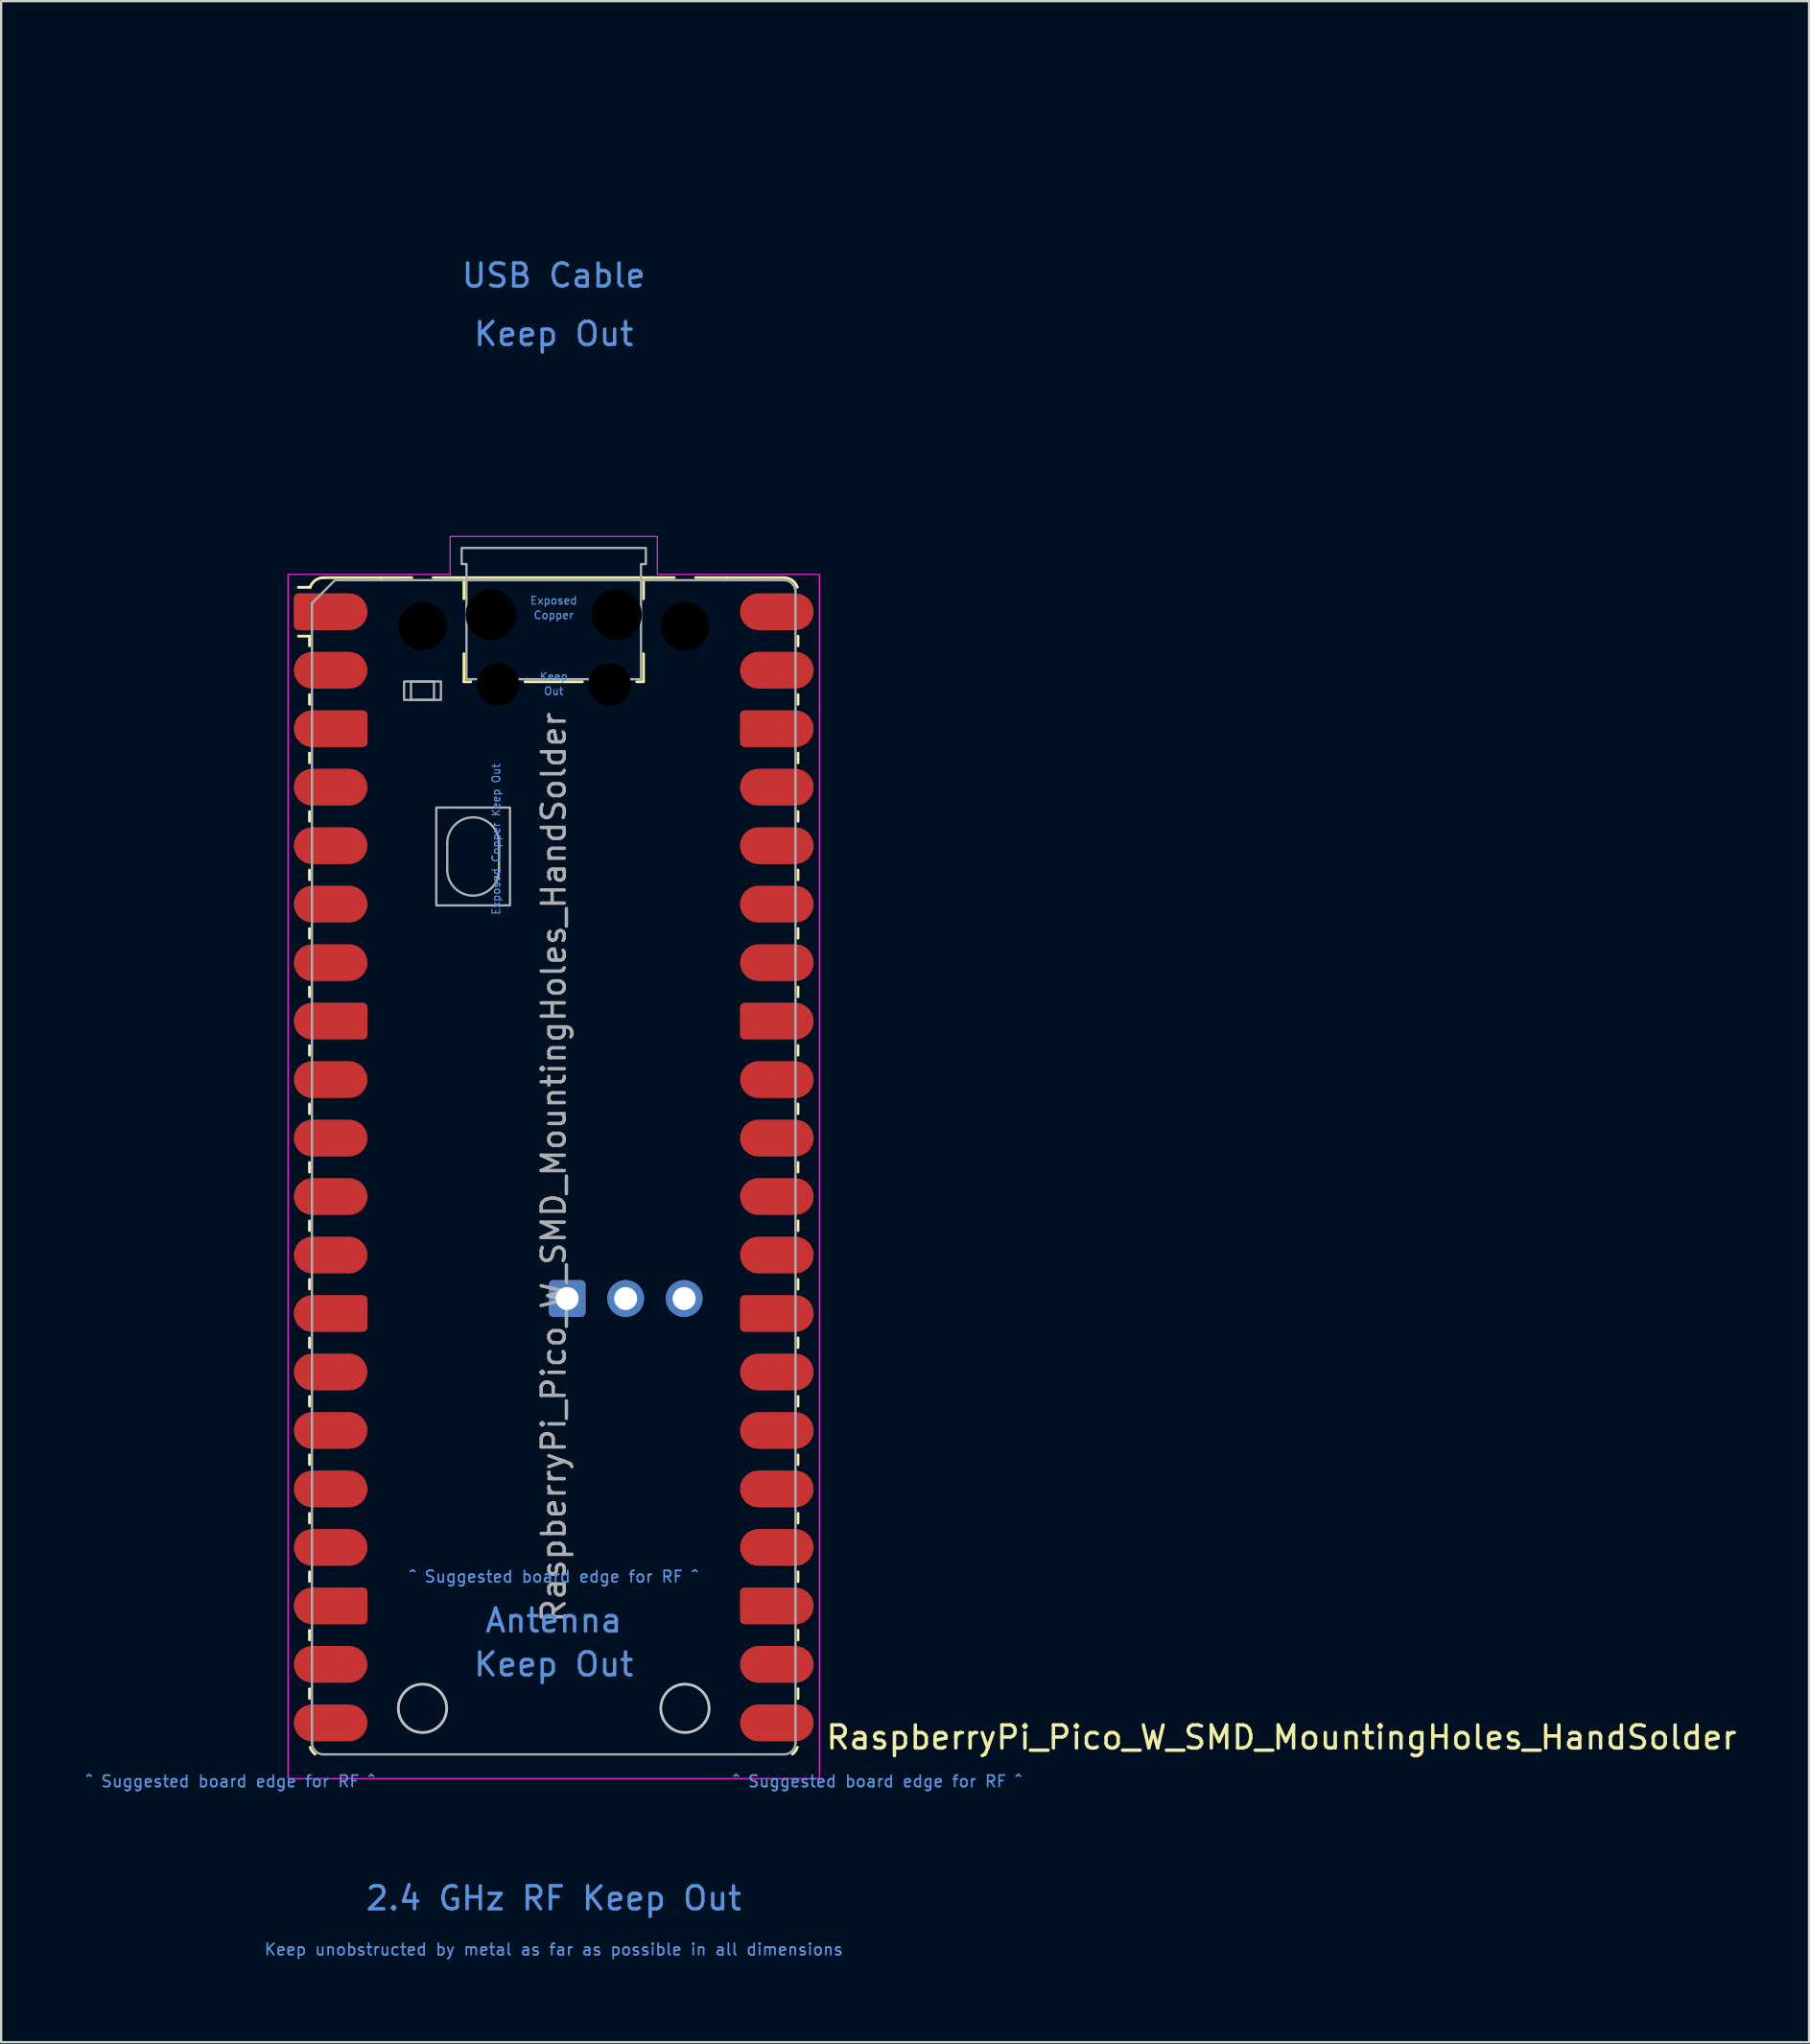
<source format=kicad_pcb>
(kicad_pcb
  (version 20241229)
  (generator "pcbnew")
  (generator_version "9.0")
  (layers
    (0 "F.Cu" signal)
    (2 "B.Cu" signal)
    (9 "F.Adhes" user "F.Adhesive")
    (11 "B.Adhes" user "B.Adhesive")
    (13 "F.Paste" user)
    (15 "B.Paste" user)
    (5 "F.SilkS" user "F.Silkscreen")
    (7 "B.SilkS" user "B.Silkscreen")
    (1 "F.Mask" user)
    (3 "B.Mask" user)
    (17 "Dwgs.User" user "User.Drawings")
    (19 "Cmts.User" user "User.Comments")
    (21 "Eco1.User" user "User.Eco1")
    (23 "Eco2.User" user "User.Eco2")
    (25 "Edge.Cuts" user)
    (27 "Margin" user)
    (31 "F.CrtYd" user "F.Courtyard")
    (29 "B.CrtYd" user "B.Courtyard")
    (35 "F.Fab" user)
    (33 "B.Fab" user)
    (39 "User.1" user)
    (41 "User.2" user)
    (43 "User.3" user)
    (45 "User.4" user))
  (footprint "RaspberryPi_Pico_W_SMD_MountingHoles_HandSolder"
    (layer "F.Cu")
    (at 21 47.65)
    (property "Reference" "RaspberryPi_Pico_W_SMD_MountingHoles_HandSolder" (at 11.748 24.765 0) (unlocked yes) (layer "F.SilkS") (effects (font (size 1 1) (thickness 0.15)) (justify left)))
    (attr smd)
    (fp_line (start -10.61 -23.07) (end -11.09 -23.07) (stroke (width 0.12) (type solid)) (layer "F.SilkS"))
    (fp_line (start -10.61 -23.07) (end -10.61 -22.65) (stroke (width 0.12) (type solid)) (layer "F.SilkS"))
    (fp_line (start -10.61 -20.53) (end -10.61 -20.11) (stroke (width 0.12) (type solid)) (layer "F.SilkS"))
    (fp_line (start -10.61 -17.99) (end -10.61 -17.57) (stroke (width 0.12) (type solid)) (layer "F.SilkS"))
    (fp_line (start -10.61 -15.45) (end -10.61 -15.03) (stroke (width 0.12) (type solid)) (layer "F.SilkS"))
    (fp_line (start -10.61 -12.91) (end -10.61 -12.49) (stroke (width 0.12) (type solid)) (layer "F.SilkS"))
    (fp_line (start -10.61 -10.37) (end -10.61 -9.95) (stroke (width 0.12) (type solid)) (layer "F.SilkS"))
    (fp_line (start -10.61 -7.83) (end -10.61 -7.41) (stroke (width 0.12) (type solid)) (layer "F.SilkS"))
    (fp_line (start -10.61 -5.29) (end -10.61 -4.87) (stroke (width 0.12) (type solid)) (layer "F.SilkS"))
    (fp_line (start -10.61 -2.75) (end -10.61 -2.33) (stroke (width 0.12) (type solid)) (layer "F.SilkS"))
    (fp_line (start -10.61 -0.21) (end -10.61 0.21) (stroke (width 0.12) (type solid)) (layer "F.SilkS"))
    (fp_line (start -10.61 2.33) (end -10.61 2.75) (stroke (width 0.12) (type solid)) (layer "F.SilkS"))
    (fp_line (start -10.61 4.87) (end -10.61 5.29) (stroke (width 0.12) (type solid)) (layer "F.SilkS"))
    (fp_line (start -10.61 7.41) (end -10.61 7.83) (stroke (width 0.12) (type solid)) (layer "F.SilkS"))
    (fp_line (start -10.61 9.95) (end -10.61 10.37) (stroke (width 0.12) (type solid)) (layer "F.SilkS"))
    (fp_line (start -10.61 12.49) (end -10.61 12.91) (stroke (width 0.12) (type solid)) (layer "F.SilkS"))
    (fp_line (start -10.61 15.03) (end -10.61 15.45) (stroke (width 0.12) (type solid)) (layer "F.SilkS"))
    (fp_line (start -10.61 17.57) (end -10.61 17.99) (stroke (width 0.12) (type solid)) (layer "F.SilkS"))
    (fp_line (start -10.61 20.11) (end -10.61 20.53) (stroke (width 0.12) (type solid)) (layer "F.SilkS"))
    (fp_line (start -10.61 22.65) (end -10.61 23.07) (stroke (width 0.12) (type solid)) (layer "F.SilkS"))
    (fp_line (start -10.58 -25.19) (end -11.09 -25.19) (stroke (width 0.12) (type solid)) (layer "F.SilkS"))
    (fp_line (start -10 -25.61) (end -7.51 -25.61) (stroke (width 0.12) (type solid)) (layer "F.SilkS"))
    (fp_line (start -7.51 -25.61) (end -6.162 -25.61) (stroke (width 0.12) (type solid)) (layer "F.SilkS"))
    (fp_line (start -5.238 -25.61) (end -4.235 -25.61) (stroke (width 0.12) (type solid)) (layer "F.SilkS"))
    (fp_line (start -4.235 -25.61) (end 4.235 -25.61) (stroke (width 0.12) (type solid)) (layer "F.SilkS"))
    (fp_line (start -3.9 -25.61) (end -3.9 -24.694) (stroke (width 0.12) (type solid)) (layer "F.SilkS"))
    (fp_line (start -3.9 -22.306) (end -3.9 -21.09) (stroke (width 0.12) (type solid)) (layer "F.SilkS"))
    (fp_line (start -3.9 -21.09) (end -3.604 -21.09) (stroke (width 0.12) (type solid)) (layer "F.SilkS"))
    (fp_line (start -1.246 -21.09) (end 1.246 -21.09) (stroke (width 0.12) (type solid)) (layer "F.SilkS"))
    (fp_line (start 3.604 -21.09) (end 3.9 -21.09) (stroke (width 0.12) (type solid)) (layer "F.SilkS"))
    (fp_line (start 3.9 -25.61) (end 3.9 -24.694) (stroke (width 0.12) (type solid)) (layer "F.SilkS"))
    (fp_line (start 3.9 -22.306) (end 3.9 -21.09) (stroke (width 0.12) (type solid)) (layer "F.SilkS"))
    (fp_line (start 4.235 -25.61) (end 5.238 -25.61) (stroke (width 0.12) (type solid)) (layer "F.SilkS"))
    (fp_line (start 6.162 -25.61) (end 7.51 -25.61) (stroke (width 0.12) (type solid)) (layer "F.SilkS"))
    (fp_line (start 10 -25.61) (end 7.51 -25.61) (stroke (width 0.12) (type solid)) (layer "F.SilkS"))
    (fp_line (start 10.61 -23.07) (end 10.61 -22.65) (stroke (width 0.12) (type solid)) (layer "F.SilkS"))
    (fp_line (start 10.61 -20.53) (end 10.61 -20.11) (stroke (width 0.12) (type solid)) (layer "F.SilkS"))
    (fp_line (start 10.61 -17.99) (end 10.61 -17.57) (stroke (width 0.12) (type solid)) (layer "F.SilkS"))
    (fp_line (start 10.61 -15.45) (end 10.61 -15.03) (stroke (width 0.12) (type solid)) (layer "F.SilkS"))
    (fp_line (start 10.61 -12.91) (end 10.61 -12.49) (stroke (width 0.12) (type solid)) (layer "F.SilkS"))
    (fp_line (start 10.61 -10.37) (end 10.61 -9.95) (stroke (width 0.12) (type solid)) (layer "F.SilkS"))
    (fp_line (start 10.61 -7.83) (end 10.61 -7.41) (stroke (width 0.12) (type solid)) (layer "F.SilkS"))
    (fp_line (start 10.61 -5.29) (end 10.61 -4.87) (stroke (width 0.12) (type solid)) (layer "F.SilkS"))
    (fp_line (start 10.61 -2.75) (end 10.61 -2.33) (stroke (width 0.12) (type solid)) (layer "F.SilkS"))
    (fp_line (start 10.61 -0.21) (end 10.61 0.21) (stroke (width 0.12) (type solid)) (layer "F.SilkS"))
    (fp_line (start 10.61 2.33) (end 10.61 2.75) (stroke (width 0.12) (type solid)) (layer "F.SilkS"))
    (fp_line (start 10.61 4.87) (end 10.61 5.29) (stroke (width 0.12) (type solid)) (layer "F.SilkS"))
    (fp_line (start 10.61 7.41) (end 10.61 7.83) (stroke (width 0.12) (type solid)) (layer "F.SilkS"))
    (fp_line (start 10.61 9.95) (end 10.61 10.37) (stroke (width 0.12) (type solid)) (layer "F.SilkS"))
    (fp_line (start 10.61 12.49) (end 10.61 12.91) (stroke (width 0.12) (type solid)) (layer "F.SilkS"))
    (fp_line (start 10.61 15.03) (end 10.61 15.45) (stroke (width 0.12) (type solid)) (layer "F.SilkS"))
    (fp_line (start 10.61 17.57) (end 10.61 17.99) (stroke (width 0.12) (type solid)) (layer "F.SilkS"))
    (fp_line (start 10.61 20.11) (end 10.61 20.53) (stroke (width 0.12) (type solid)) (layer "F.SilkS"))
    (fp_line (start 10.61 22.65) (end 10.61 23.07) (stroke (width 0.12) (type solid)) (layer "F.SilkS"))
    (fp_arc (start -10.579676 -25.19) (mid -10.357938 -25.493944) (end -10 -25.61) (stroke (width 0.12) (type solid)) (layer "F.SilkS"))
    (fp_arc (start -10.363318 25.49) (mid -10.494791 25.356765) (end -10.579676 25.189937) (stroke (width 0.12) (type solid)) (layer "F.SilkS"))
    (fp_arc (start 10 -25.61) (mid 10.357937 -25.493944) (end 10.579676 -25.189937) (stroke (width 0.12) (type solid)) (layer "F.SilkS"))
    (fp_arc (start 10.579676 25.189937) (mid 10.494803 25.356773) (end 10.363318 25.49) (stroke (width 0.12) (type solid)) (layer "F.SilkS"))
    (fp_circle (center -5.7 23.5) (end -4.65 23.5) (stroke (width 0.12) (type solid)) (fill no) (layer "Dwgs.User"))
    (fp_circle (center 5.7 23.5) (end 6.75 23.5) (stroke (width 0.12) (type solid)) (fill no) (layer "Dwgs.User"))
    (fp_poly (pts (xy -4.5 -27.4) (xy 4.5 -27.4) (xy 4.5 -25.75) (xy 11.54 -25.75) (xy 11.54 26.55) (xy -11.54 26.55) (xy -11.54 -25.75) (xy -4.5 -25.75)) (stroke (width 0.05) (type solid)) (fill no) (layer "F.CrtYd"))
    (fp_line (start -10.5 -24.5) (end -9.5 -25.5) (stroke (width 0.1) (type solid)) (layer "F.Fab"))
    (fp_line (start -10.5 25) (end -10.5 -24.5) (stroke (width 0.1) (type solid)) (layer "F.Fab"))
    (fp_line (start -9.5 -25.5) (end 10 -25.5) (stroke (width 0.1) (type solid)) (layer "F.Fab"))
    (fp_line (start -4.625 -14.075) (end -4.625 -12.925) (stroke (width 0.1) (type solid)) (layer "F.Fab"))
    (fp_line (start -2.375 -14.075) (end -2.375 -12.925) (stroke (width 0.1) (type solid)) (layer "F.Fab"))
    (fp_line (start 10 25.5) (end -10 25.5) (stroke (width 0.1) (type solid)) (layer "F.Fab"))
    (fp_line (start 10.5 -25) (end 10.5 25) (stroke (width 0.1) (type solid)) (layer "F.Fab"))
    (fp_rect (start -6.5 -21.1) (end -4.9 -20.3) (stroke (width 0.1) (type solid)) (fill no) (layer "F.Fab"))
    (fp_rect (start -6.2 -21.1) (end -5.2 -20.3) (stroke (width 0.1) (type solid)) (fill no) (layer "F.Fab"))
    (fp_rect (start -5.1 -15.625) (end -1.9 -11.375) (stroke (width 0.1) (type solid)) (fill no) (layer "F.Fab"))
    (fp_arc (start -10 25.5) (mid -10.353553 25.353553) (end -10.5 25) (stroke (width 0.1) (type solid)) (layer "F.Fab"))
    (fp_arc (start -4.625 -14.075) (mid -3.5 -15.2) (end -2.375 -14.075) (stroke (width 0.1) (type solid)) (layer "F.Fab"))
    (fp_arc (start -2.375 -12.925) (mid -3.5 -11.8) (end -4.625 -12.925) (stroke (width 0.1) (type solid)) (layer "F.Fab"))
    (fp_arc (start 10 -25.5) (mid 10.353553 -25.353553) (end 10.5 -25) (stroke (width 0.1) (type solid)) (layer "F.Fab"))
    (fp_arc (start 10.5 25) (mid 10.353553 25.353553) (end 10 25.5) (stroke (width 0.1) (type solid)) (layer "F.Fab"))
    (fp_poly (pts (xy 3.79 -21.2) (xy 3.79 -26.2) (xy 4 -26.2) (xy 4 -26.9) (xy -4 -26.9) (xy -4 -26.2) (xy -3.79 -26.2) (xy -3.79 -21.2)) (stroke (width 0.1) (type solid)) (fill no) (layer "F.Fab"))
    (fp_text user "Keep Out" (at 0 -36.195 0) (unlocked yes) (layer "Cmts.User") (effects (font (size 1 1) (thickness 0.15))))
    (fp_text user "^ Suggested board edge for RF ^" (at 14.05 26.67 0) (unlocked yes) (layer "Cmts.User") (effects (font (size 0.5 0.5) (thickness 0.075))))
    (fp_text user "Keep Out" (at 0 21.59 0) (unlocked yes) (layer "Cmts.User") (effects (font (size 1 1) (thickness 0.15))))
    (fp_text user "^ Suggested board edge for RF ^" (at -14.05 26.67 0) (unlocked yes) (layer "Cmts.User") (effects (font (size 0.5 0.5) (thickness 0.075))))
    (fp_text user "Exposed Copper Keep Out" (at -2.5 -14.25 90) (unlocked yes) (layer "Cmts.User") (effects (font (size 0.333 0.333) (thickness 0.05))))
    (fp_text user "USB Cable" (at 0 -38.735 0) (unlocked yes) (layer "Cmts.User") (effects (font (size 1 1) (thickness 0.15))))
    (fp_text user "Keep" (at 0 -21.317 0) (unlocked yes) (layer "Cmts.User") (effects (font (size 0.333 0.333) (thickness 0.05))))
    (fp_text user "Out" (at 0 -20.683 0) (unlocked yes) (layer "Cmts.User") (effects (font (size 0.333 0.333) (thickness 0.05))))
    (fp_text user "Copper" (at 0 -23.983 0) (unlocked yes) (layer "Cmts.User") (effects (font (size 0.333 0.333) (thickness 0.05))))
    (fp_text user "^ Suggested board edge for RF ^" (at 0 17.78 0) (unlocked yes) (layer "Cmts.User") (effects (font (size 0.5 0.5) (thickness 0.075))))
    (fp_text user "Exposed" (at 0 -24.617 0) (unlocked yes) (layer "Cmts.User") (effects (font (size 0.333 0.333) (thickness 0.05))))
    (fp_text user "2.4 GHz RF Keep Out" (at 0 31.75 0) (unlocked yes) (layer "Cmts.User") (effects (font (size 1 1) (thickness 0.15))))
    (fp_text user "Antenna" (at 0 19.685 0) (unlocked yes) (layer "Cmts.User") (effects (font (size 1 1) (thickness 0.15))))
    (fp_text user "Keep unobstructed by metal as far as possible in all dimensions" (at 0 33.972 0) (unlocked yes) (layer "Cmts.User") (effects (font (size 0.5 0.5) (thickness 0.075))))
    (fp_text user "${REFERENCE}" (at 0 0 90) (layer "F.Fab") (effects (font (size 1 1) (thickness 0.15))))
    (pad "" smd rect (at -8.89 -24.13) (size 3.8 2.2) (drill (offset -0.8 0)) (layers "F.Paste"))
    (pad "" smd rect (at -8.89 -21.59) (size 3.8 2.2) (drill (offset -0.8 0)) (layers "F.Paste"))
    (pad "" smd rect (at -8.89 -19.05) (size 3.8 2.2) (drill (offset -0.8 0)) (layers "F.Paste"))
    (pad "" smd rect (at -8.89 -16.51) (size 3.8 2.2) (drill (offset -0.8 0)) (layers "F.Paste"))
    (pad "" smd rect (at -8.89 -13.97) (size 3.8 2.2) (drill (offset -0.8 0)) (layers "F.Paste"))
    (pad "" smd rect (at -8.89 -11.43) (size 3.8 2.2) (drill (offset -0.8 0)) (layers "F.Paste"))
    (pad "" smd rect (at -8.89 -8.89) (size 3.8 2.2) (drill (offset -0.8 0)) (layers "F.Paste"))
    (pad "" smd rect (at -8.89 -6.35) (size 3.8 2.2) (drill (offset -0.8 0)) (layers "F.Paste"))
    (pad "" smd rect (at -8.89 -3.81) (size 3.8 2.2) (drill (offset -0.8 0)) (layers "F.Paste"))
    (pad "" smd rect (at -8.89 -1.27) (size 3.8 2.2) (drill (offset -0.8 0)) (layers "F.Paste"))
    (pad "" smd rect (at -8.89 1.27) (size 3.8 2.2) (drill (offset -0.8 0)) (layers "F.Paste"))
    (pad "" smd rect (at -8.89 3.81) (size 3.8 2.2) (drill (offset -0.8 0)) (layers "F.Paste"))
    (pad "" smd rect (at -8.89 6.35) (size 3.8 2.2) (drill (offset -0.8 0)) (layers "F.Paste"))
    (pad "" smd rect (at -8.89 8.89) (size 3.8 2.2) (drill (offset -0.8 0)) (layers "F.Paste"))
    (pad "" smd rect (at -8.89 11.43) (size 3.8 2.2) (drill (offset -0.8 0)) (layers "F.Paste"))
    (pad "" smd rect (at -8.89 13.97) (size 3.8 2.2) (drill (offset -0.8 0)) (layers "F.Paste"))
    (pad "" smd rect (at -8.89 16.51) (size 3.8 2.2) (drill (offset -0.8 0)) (layers "F.Paste"))
    (pad "" smd rect (at -8.89 19.05) (size 3.8 2.2) (drill (offset -0.8 0)) (layers "F.Paste"))
    (pad "" smd rect (at -8.89 21.59) (size 3.8 2.2) (drill (offset -0.8 0)) (layers "F.Paste"))
    (pad "" smd rect (at -8.89 24.13) (size 3.8 2.2) (drill (offset -0.8 0)) (layers "F.Paste"))
    (pad "" np_thru_hole circle (at -5.7 -23.5) (size 3.8 3.8) (drill 2.1) (layers "*.Mask"))
    (pad "" np_thru_hole circle (at -2.725 -24) (size 2.2 2.2) (drill 2.2) (layers "*.Mask"))
    (pad "" np_thru_hole circle (at -2.425 -20.97) (size 1.85 1.85) (drill 1.85) (layers "*.Mask"))
    (pad "" np_thru_hole circle (at 2.425 -20.97) (size 1.85 1.85) (drill 1.85) (layers "*.Mask"))
    (pad "" np_thru_hole circle (at 2.725 -24) (size 2.2 2.2) (drill 2.2) (layers "*.Mask"))
    (pad "" np_thru_hole circle (at 5.7 -23.5) (size 3.8 3.8) (drill 2.1) (layers "*.Mask"))
    (pad "" smd rect (at 8.89 -24.13) (size 3.8 2.2) (drill (offset 0.8 0)) (layers "F.Paste"))
    (pad "" smd rect (at 8.89 -21.59) (size 3.8 2.2) (drill (offset 0.8 0)) (layers "F.Paste"))
    (pad "" smd rect (at 8.89 -19.05) (size 3.8 2.2) (drill (offset 0.8 0)) (layers "F.Paste"))
    (pad "" smd rect (at 8.89 -16.51) (size 3.8 2.2) (drill (offset 0.8 0)) (layers "F.Paste"))
    (pad "" smd rect (at 8.89 -13.97) (size 3.8 2.2) (drill (offset 0.8 0)) (layers "F.Paste"))
    (pad "" smd rect (at 8.89 -11.43) (size 3.8 2.2) (drill (offset 0.8 0)) (layers "F.Paste"))
    (pad "" smd rect (at 8.89 -8.89) (size 3.8 2.2) (drill (offset 0.8 0)) (layers "F.Paste"))
    (pad "" smd rect (at 8.89 -6.35) (size 3.8 2.2) (drill (offset 0.8 0)) (layers "F.Paste"))
    (pad "" smd rect (at 8.89 -3.81) (size 3.8 2.2) (drill (offset 0.8 0)) (layers "F.Paste"))
    (pad "" smd rect (at 8.89 -1.27) (size 3.8 2.2) (drill (offset 0.8 0)) (layers "F.Paste"))
    (pad "" smd rect (at 8.89 1.27) (size 3.8 2.2) (drill (offset 0.8 0)) (layers "F.Paste"))
    (pad "" smd rect (at 8.89 3.81) (size 3.8 2.2) (drill (offset 0.8 0)) (layers "F.Paste"))
    (pad "" smd rect (at 8.89 6.35) (size 3.8 2.2) (drill (offset 0.8 0)) (layers "F.Paste"))
    (pad "" smd rect (at 8.89 8.89) (size 3.8 2.2) (drill (offset 0.8 0)) (layers "F.Paste"))
    (pad "" smd rect (at 8.89 11.43) (size 3.8 2.2) (drill (offset 0.8 0)) (layers "F.Paste"))
    (pad "" smd rect (at 8.89 13.97) (size 3.8 2.2) (drill (offset 0.8 0)) (layers "F.Paste"))
    (pad "" smd rect (at 8.89 16.51) (size 3.8 2.2) (drill (offset 0.8 0)) (layers "F.Paste"))
    (pad "" smd rect (at 8.89 19.05) (size 3.8 2.2) (drill (offset 0.8 0)) (layers "F.Paste"))
    (pad "" smd rect (at 8.89 21.59) (size 3.8 2.2) (drill (offset 0.8 0)) (layers "F.Paste"))
    (pad "" smd rect (at 8.89 24.13) (size 3.8 2.2) (drill (offset 0.8 0)) (layers "F.Paste"))
    (pad "1" smd custom (at -8.89 -24.13) (size 1.6 1.6) (layers "F.Cu" "F.Mask") (options (anchor circle)) (primitives (gr_poly (pts (xy -2.4 0.6) (xy -2.4 -0.6) (xy -2.2 -0.8) (xy 0 -0.8) (xy 0 0.8) (xy -2.2 0.8)) (width 0) (fill yes)) (gr_circle (center -2.2 0.6) (end -2 0.6) (width 0) (fill yes)) (gr_circle (center -2.2 -0.6) (end -2 -0.6) (width 0) (fill yes))))
    (pad "2" smd roundrect (at -8.89 -21.59) (size 3.2 1.6) (drill (offset -0.8 0)) (layers "F.Cu" "F.Mask") (roundrect_rratio 0.5))
    (pad "3" smd custom (at -8.89 -19.05) (size 1.6 1.6) (layers "F.Cu" "F.Mask") (options (anchor circle)) (primitives (gr_poly (pts (xy 0.8 -0.6) (xy 0.8 0.6) (xy 0.6 0.8) (xy -1.6 0.8) (xy -1.6 -0.8) (xy 0.6 -0.8)) (width 0) (fill yes)) (gr_circle (center 0.6 0.6) (end 0.8 0.6) (width 0) (fill yes)) (gr_circle (center 0.6 -0.6) (end 0.8 -0.6) (width 0) (fill yes)) (gr_circle (center -1.6 0) (end -0.8 0) (width 0) (fill yes))))
    (pad "4" smd roundrect (at -8.89 -16.51) (size 3.2 1.6) (drill (offset -0.8 0)) (layers "F.Cu" "F.Mask") (roundrect_rratio 0.5))
    (pad "5" smd roundrect (at -8.89 -13.97) (size 3.2 1.6) (drill (offset -0.8 0)) (layers "F.Cu" "F.Mask") (roundrect_rratio 0.5))
    (pad "6" smd roundrect (at -8.89 -11.43) (size 3.2 1.6) (drill (offset -0.8 0)) (layers "F.Cu" "F.Mask") (roundrect_rratio 0.5))
    (pad "7" smd roundrect (at -8.89 -8.89) (size 3.2 1.6) (drill (offset -0.8 0)) (layers "F.Cu" "F.Mask") (roundrect_rratio 0.5))
    (pad "8" smd custom (at -8.89 -6.35) (size 1.6 1.6) (layers "F.Cu" "F.Mask") (options (anchor circle)) (primitives (gr_poly (pts (xy 0.8 -0.6) (xy 0.8 0.6) (xy 0.6 0.8) (xy -1.6 0.8) (xy -1.6 -0.8) (xy 0.6 -0.8)) (width 0) (fill yes)) (gr_circle (center 0.6 0.6) (end 0.8 0.6) (width 0) (fill yes)) (gr_circle (center 0.6 -0.6) (end 0.8 -0.6) (width 0) (fill yes)) (gr_circle (center -1.6 0) (end -0.8 0) (width 0) (fill yes))))
    (pad "9" smd roundrect (at -8.89 -3.81) (size 3.2 1.6) (drill (offset -0.8 0)) (layers "F.Cu" "F.Mask") (roundrect_rratio 0.5))
    (pad "10" smd roundrect (at -8.89 -1.27) (size 3.2 1.6) (drill (offset -0.8 0)) (layers "F.Cu" "F.Mask") (roundrect_rratio 0.5))
    (pad "11" smd roundrect (at -8.89 1.27) (size 3.2 1.6) (drill (offset -0.8 0)) (layers "F.Cu" "F.Mask") (roundrect_rratio 0.5))
    (pad "12" smd roundrect (at -8.89 3.81) (size 3.2 1.6) (drill (offset -0.8 0)) (layers "F.Cu" "F.Mask") (roundrect_rratio 0.5))
    (pad "13" smd custom (at -8.89 6.35) (size 1.6 1.6) (layers "F.Cu" "F.Mask") (options (anchor circle)) (primitives (gr_poly (pts (xy 0.8 -0.6) (xy 0.8 0.6) (xy 0.6 0.8) (xy -1.6 0.8) (xy -1.6 -0.8) (xy 0.6 -0.8)) (width 0) (fill yes)) (gr_circle (center 0.6 0.6) (end 0.8 0.6) (width 0) (fill yes)) (gr_circle (center 0.6 -0.6) (end 0.8 -0.6) (width 0) (fill yes)) (gr_circle (center -1.6 0) (end -0.8 0) (width 0) (fill yes))))
    (pad "14" smd roundrect (at -8.89 8.89) (size 3.2 1.6) (drill (offset -0.8 0)) (layers "F.Cu" "F.Mask") (roundrect_rratio 0.5))
    (pad "15" smd roundrect (at -8.89 11.43) (size 3.2 1.6) (drill (offset -0.8 0)) (layers "F.Cu" "F.Mask") (roundrect_rratio 0.5))
    (pad "16" smd roundrect (at -8.89 13.97) (size 3.2 1.6) (drill (offset -0.8 0)) (layers "F.Cu" "F.Mask") (roundrect_rratio 0.5))
    (pad "17" smd roundrect (at -8.89 16.51) (size 3.2 1.6) (drill (offset -0.8 0)) (layers "F.Cu" "F.Mask") (roundrect_rratio 0.5))
    (pad "18" smd custom (at -8.89 19.05) (size 1.6 1.6) (layers "F.Cu" "F.Mask") (options (anchor circle)) (primitives (gr_poly (pts (xy 0.8 -0.6) (xy 0.8 0.6) (xy 0.6 0.8) (xy -1.6 0.8) (xy -1.6 -0.8) (xy 0.6 -0.8)) (width 0) (fill yes)) (gr_circle (center 0.6 0.6) (end 0.8 0.6) (width 0) (fill yes)) (gr_circle (center 0.6 -0.6) (end 0.8 -0.6) (width 0) (fill yes)) (gr_circle (center -1.6 0) (end -0.8 0) (width 0) (fill yes))))
    (pad "19" smd roundrect (at -8.89 21.59) (size 3.2 1.6) (drill (offset -0.8 0)) (layers "F.Cu" "F.Mask") (roundrect_rratio 0.5))
    (pad "20" smd roundrect (at -8.89 24.13) (size 3.2 1.6) (drill (offset -0.8 0)) (layers "F.Cu" "F.Mask") (roundrect_rratio 0.5))
    (pad "21" smd roundrect (at 8.89 24.13) (size 3.2 1.6) (drill (offset 0.8 0)) (layers "F.Cu" "F.Mask") (roundrect_rratio 0.5))
    (pad "22" smd roundrect (at 8.89 21.59) (size 3.2 1.6) (drill (offset 0.8 0)) (layers "F.Cu" "F.Mask") (roundrect_rratio 0.5))
    (pad "23" smd custom (at 8.89 19.05) (size 1.6 1.6) (layers "F.Cu" "F.Mask") (options (anchor circle)) (primitives (gr_poly (pts (xy -0.8 -0.6) (xy -0.8 0.6) (xy -0.6 0.8) (xy 1.6 0.8) (xy 1.6 -0.8) (xy -0.6 -0.8)) (width 0) (fill yes)) (gr_circle (center -0.6 0.6) (end -0.4 0.6) (width 0) (fill yes)) (gr_circle (center -0.6 -0.6) (end -0.4 -0.6) (width 0) (fill yes)) (gr_circle (center 1.6 0) (end 2.4 0) (width 0) (fill yes))))
    (pad "24" smd roundrect (at 8.89 16.51) (size 3.2 1.6) (drill (offset 0.8 0)) (layers "F.Cu" "F.Mask") (roundrect_rratio 0.5))
    (pad "25" smd roundrect (at 8.89 13.97) (size 3.2 1.6) (drill (offset 0.8 0)) (layers "F.Cu" "F.Mask") (roundrect_rratio 0.5))
    (pad "26" smd roundrect (at 8.89 11.43) (size 3.2 1.6) (drill (offset 0.8 0)) (layers "F.Cu" "F.Mask") (roundrect_rratio 0.5))
    (pad "27" smd roundrect (at 8.89 8.89) (size 3.2 1.6) (drill (offset 0.8 0)) (layers "F.Cu" "F.Mask") (roundrect_rratio 0.5))
    (pad "28" smd custom (at 8.89 6.35) (size 1.6 1.6) (layers "F.Cu" "F.Mask") (options (anchor circle)) (primitives (gr_poly (pts (xy -0.8 -0.6) (xy -0.8 0.6) (xy -0.6 0.8) (xy 1.6 0.8) (xy 1.6 -0.8) (xy -0.6 -0.8)) (width 0) (fill yes)) (gr_circle (center -0.6 0.6) (end -0.4 0.6) (width 0) (fill yes)) (gr_circle (center -0.6 -0.6) (end -0.4 -0.6) (width 0) (fill yes)) (gr_circle (center 1.6 0) (end 2.4 0) (width 0) (fill yes))))
    (pad "29" smd roundrect (at 8.89 3.81) (size 3.2 1.6) (drill (offset 0.8 0)) (layers "F.Cu" "F.Mask") (roundrect_rratio 0.5))
    (pad "30" smd roundrect (at 8.89 1.27) (size 3.2 1.6) (drill (offset 0.8 0)) (layers "F.Cu" "F.Mask") (roundrect_rratio 0.5))
    (pad "31" smd roundrect (at 8.89 -1.27) (size 3.2 1.6) (drill (offset 0.8 0)) (layers "F.Cu" "F.Mask") (roundrect_rratio 0.5))
    (pad "32" smd roundrect (at 8.89 -3.81) (size 3.2 1.6) (drill (offset 0.8 0)) (layers "F.Cu" "F.Mask") (roundrect_rratio 0.5))
    (pad "33" smd custom (at 8.89 -6.35) (size 1.6 1.6) (layers "F.Cu" "F.Mask") (options (anchor circle)) (primitives (gr_poly (pts (xy -0.8 -0.6) (xy -0.8 0.6) (xy -0.6 0.8) (xy 1.6 0.8) (xy 1.6 -0.8) (xy -0.6 -0.8)) (width 0) (fill yes)) (gr_circle (center -0.6 0.6) (end -0.4 0.6) (width 0) (fill yes)) (gr_circle (center -0.6 -0.6) (end -0.4 -0.6) (width 0) (fill yes)) (gr_circle (center 1.6 0) (end 2.4 0) (width 0) (fill yes))))
    (pad "34" smd roundrect (at 8.89 -8.89) (size 3.2 1.6) (drill (offset 0.8 0)) (layers "F.Cu" "F.Mask") (roundrect_rratio 0.5))
    (pad "35" smd roundrect (at 8.89 -11.43) (size 3.2 1.6) (drill (offset 0.8 0)) (layers "F.Cu" "F.Mask") (roundrect_rratio 0.5))
    (pad "36" smd roundrect (at 8.89 -13.97) (size 3.2 1.6) (drill (offset 0.8 0)) (layers "F.Cu" "F.Mask") (roundrect_rratio 0.5))
    (pad "37" smd roundrect (at 8.89 -16.51) (size 3.2 1.6) (drill (offset 0.8 0)) (layers "F.Cu" "F.Mask") (roundrect_rratio 0.5))
    (pad "38" smd custom (at 8.89 -19.05) (size 1.6 1.6) (layers "F.Cu" "F.Mask") (options (anchor circle)) (primitives (gr_poly (pts (xy -0.8 -0.6) (xy -0.8 0.6) (xy -0.6 0.8) (xy 1.6 0.8) (xy 1.6 -0.8) (xy -0.6 -0.8)) (width 0) (fill yes)) (gr_circle (center -0.6 0.6) (end -0.4 0.6) (width 0) (fill yes)) (gr_circle (center -0.6 -0.6) (end -0.4 -0.6) (width 0) (fill yes)) (gr_circle (center 1.6 0) (end 2.4 0) (width 0) (fill yes))))
    (pad "39" smd roundrect (at 8.89 -21.59) (size 3.2 1.6) (drill (offset 0.8 0)) (layers "F.Cu" "F.Mask") (roundrect_rratio 0.5))
    (pad "40" smd roundrect (at 8.89 -24.13) (size 3.2 1.6) (drill (offset 0.8 0)) (layers "F.Cu" "F.Mask") (roundrect_rratio 0.5))
    (pad "D1" thru_hole roundrect (at 0.584 5.7) (size 1.6 1.6) (drill 1) (layers "*.Cu" "*.Mask") (roundrect_rratio 0.125))
    (pad "D2" thru_hole circle (at 3.124 5.7) (size 1.6 1.6) (drill 1) (layers "*.Cu" "*.Mask"))
    (pad "D3" thru_hole circle (at 5.664 5.7) (size 1.6 1.6) (drill 1) (layers "*.Cu" "*.Mask"))
    (zone (net_name "") (layers "F.Cu" "B.Cu" "F.Paste" "B.Paste") (name "RF Copper Keep Out") (hatch full 0.5) (connect_pads) (min_thickness 0.254) (filled_areas_thickness no) (keepout (tracks not_allowed) (vias not_allowed) (pads not_allowed) (copperpour not_allowed) (footprints not_allowed)) (placement (enabled no)) (fill) (polygon (pts (xy 0 72.65) (xy 42 72.65) (xy 42 82.65) (xy 0 82.65))))
    (zone (net_name "") (layers "F.Cu" "B.Cu" "F.Paste" "B.Paste") (name "Antenna Copper Keep Out") (hatch full 0.5) (connect_pads) (min_thickness 0.254) (filled_areas_thickness no) (keepout (tracks not_allowed) (vias not_allowed) (pads not_allowed) (copperpour not_allowed) (footprints not_allowed)) (placement (enabled no)) (fill) (polygon (pts (xy 18.6 72.64) (xy 13.9 68.99) (xy 13.9 64.65) (xy 28.1 64.65) (xy 28.1 68.99) (xy 23.4 72.64) (xy 23.4 72.65) (xy 18.6 72.65))))
    (zone (net_name "") (layers "F.Cu" "F.Paste") (name "Pad Keep Out TP6") (hatch full 0.5) (connect_pads) (min_thickness 0.25) (filled_areas_thickness no) (keepout (tracks not_allowed) (vias not_allowed) (pads not_allowed) (copperpour not_allowed) (footprints allowed)) (placement (enabled no)) (fill) (polygon (pts (xy 17.984 37.598) (xy 17.858 37.564) (xy 17.744 37.498) (xy 17.652 37.406) (xy 17.586 37.292) (xy 17.552 37.166) (xy 17.55 37.1) (xy 17.55 33.4) (xy 19.45 33.4) (xy 19.45 37.1) (xy 19.448 37.166) (xy 19.414 37.292) (xy 19.348 37.406) (xy 19.256 37.498) (xy 19.142 37.564) (xy 19.016 37.598) (xy 18.95 37.6) (xy 18.05 37.6))))
    (zone (net_name "") (layers "F.Cu" "F.Paste") (name "Pad Keep Out TP3") (hatch full 0.5) (connect_pads) (min_thickness 0.25) (filled_areas_thickness no) (keepout (tracks not_allowed) (vias not_allowed) (pads not_allowed) (copperpour not_allowed) (footprints allowed)) (placement (enabled no)) (fill) (polygon (pts (xy 19.052 22.834) (xy 19.086 22.708) (xy 19.152 22.594) (xy 19.244 22.502) (xy 19.358 22.436) (xy 19.484 22.402) (xy 19.55 22.4) (xy 20 22.4) (xy 20 24.3) (xy 19.55 24.3) (xy 19.484 24.298) (xy 19.358 24.264) (xy 19.244 24.198) (xy 19.152 24.106) (xy 19.086 23.992) (xy 19.052 23.866) (xy 19.05 23.8) (xy 19.05 22.9))))
    (zone (net_name "") (layers "F.Cu" "F.Paste") (name "Pad Keep Out TP4") (hatch full 0.5) (connect_pads) (min_thickness 0.25) (filled_areas_thickness no) (keepout (tracks not_allowed) (vias not_allowed) (pads not_allowed) (copperpour not_allowed) (footprints allowed)) (placement (enabled no)) (fill) (polygon (pts (xy 19.45 33.4) (xy 19.45 29.7) (xy 19.448 29.634) (xy 19.414 29.508) (xy 19.348 29.394) (xy 19.256 29.302) (xy 19.142 29.236) (xy 19.016 29.202) (xy 18.95 29.2) (xy 18.05 29.2) (xy 17.984 29.202) (xy 17.858 29.236) (xy 17.744 29.302) (xy 17.652 29.394) (xy 17.586 29.508) (xy 17.552 29.634) (xy 17.55 29.7) (xy 17.55 33.4))))
    (zone (net_name "") (layers "F.Cu" "F.Paste") (name "Pad Keep Out TP3") (hatch full 0.5) (connect_pads) (min_thickness 0.25) (filled_areas_thickness no) (keepout (tracks not_allowed) (vias not_allowed) (pads not_allowed) (copperpour not_allowed) (footprints allowed)) (placement (enabled no)) (fill) (polygon (pts (xy 20 24.3) (xy 20.45 24.3) (xy 20.516 24.298) (xy 20.642 24.264) (xy 20.756 24.198) (xy 20.848 24.106) (xy 20.914 23.992) (xy 20.948 23.866) (xy 20.95 23.8) (xy 20.95 22.9) (xy 20.948 22.834) (xy 20.914 22.708) (xy 20.848 22.594) (xy 20.756 22.502) (xy 20.642 22.436) (xy 20.516 22.402) (xy 20.45 22.4) (xy 20 22.4))))
    (zone (net_name "") (layers "F.Cu" "F.Paste") (name "Pad Keep Out TP1") (hatch full 0.5) (connect_pads) (min_thickness 0.25) (filled_areas_thickness no) (keepout (tracks not_allowed) (vias not_allowed) (pads not_allowed) (copperpour not_allowed) (footprints allowed)) (placement (enabled no)) (fill) (polygon (pts (xy 20.052 26.134) (xy 20.086 26.008) (xy 20.152 25.894) (xy 20.244 25.802) (xy 20.358 25.736) (xy 20.484 25.702) (xy 20.55 25.7) (xy 21 25.7) (xy 21 27.6) (xy 20.55 27.6) (xy 20.484 27.598) (xy 20.358 27.564) (xy 20.244 27.498) (xy 20.152 27.406) (xy 20.086 27.292) (xy 20.052 27.166) (xy 20.05 27.1) (xy 20.05 26.2))))
    (zone (net_name "") (layers "F.Cu" "F.Paste") (name "Pad Keep Out TP1") (hatch full 0.5) (connect_pads) (min_thickness 0.25) (filled_areas_thickness no) (keepout (tracks not_allowed) (vias not_allowed) (pads not_allowed) (copperpour not_allowed) (footprints allowed)) (placement (enabled no)) (fill) (polygon (pts (xy 21 27.6) (xy 21.45 27.6) (xy 21.516 27.598) (xy 21.642 27.564) (xy 21.756 27.498) (xy 21.848 27.406) (xy 21.914 27.292) (xy 21.948 27.166) (xy 21.95 27.1) (xy 21.95 26.2) (xy 21.948 26.134) (xy 21.914 26.008) (xy 21.848 25.894) (xy 21.756 25.802) (xy 21.642 25.736) (xy 21.516 25.702) (xy 21.45 25.7) (xy 21 25.7))))
    (zone (net_name "") (layers "F.Cu" "F.Paste") (name "Pad Keep Out TP2") (hatch full 0.5) (connect_pads) (min_thickness 0.25) (filled_areas_thickness no) (keepout (tracks not_allowed) (vias not_allowed) (pads not_allowed) (copperpour not_allowed) (footprints allowed)) (placement (enabled no)) (fill) (polygon (pts (xy 21.052 22.849) (xy 21.086 22.723) (xy 21.152 22.609) (xy 21.244 22.517) (xy 21.358 22.451) (xy 21.484 22.417) (xy 21.55 22.415) (xy 22 22.415) (xy 22 24.315) (xy 21.55 24.315) (xy 21.484 24.313) (xy 21.358 24.279) (xy 21.244 24.213) (xy 21.152 24.121) (xy 21.086 24.007) (xy 21.052 23.881) (xy 21.05 23.815) (xy 21.05 22.915))))
    (zone (net_name "") (layers "F.Cu" "F.Paste") (name "Pad Keep Out TP2") (hatch full 0.5) (connect_pads) (min_thickness 0.25) (filled_areas_thickness no) (keepout (tracks not_allowed) (vias not_allowed) (pads not_allowed) (copperpour not_allowed) (footprints allowed)) (placement (enabled no)) (fill) (polygon (pts (xy 22 24.315) (xy 22.45 24.315) (xy 22.516 24.313) (xy 22.642 24.279) (xy 22.756 24.213) (xy 22.848 24.121) (xy 22.914 24.007) (xy 22.948 23.881) (xy 22.95 23.815) (xy 22.95 22.915) (xy 22.948 22.849) (xy 22.914 22.723) (xy 22.848 22.609) (xy 22.756 22.517) (xy 22.642 22.451) (xy 22.516 22.417) (xy 22.45 22.415) (xy 22 22.415))))
    (zone (net_name "") (layer "Edge.Cuts") (name "Board Keep Out USB Cable") (hatch edge 0.5) (connect_pads) (min_thickness 0.254) (filled_areas_thickness no) (keepout (tracks allowed) (vias allowed) (pads allowed) (copperpour allowed) (footprints allowed)) (placement (enabled no)) (fill) (polygon (pts (xy 14.8 0) (xy 27.2 0) (xy 27.2 20.4) (xy 14.8 20.4))))
    (zone (net_name "") (layer "Edge.Cuts") (name "Board Keep Out Suggestion RF") (hatch edge 0.5) (connect_pads) (min_thickness 0.254) (filled_areas_thickness no) (keepout (tracks allowed) (vias allowed) (pads allowed) (copperpour allowed) (footprints allowed)) (placement (enabled no)) (fill) (polygon (pts (xy 28.1 73.65) (xy 42 73.65) (xy 42 82.65) (xy 0 82.65) (xy 0 73.65) (xy 13.9 73.65) (xy 13.9 64.65) (xy 28.1 64.65))))
    (zone (net_name "") (layer "F.CrtYd") (name "USB Cable Keep Out") (hatch full 0.5) (connect_pads) (min_thickness 0.254) (filled_areas_thickness no) (keepout (tracks allowed) (vias allowed) (pads allowed) (copperpour allowed) (footprints not_allowed)) (placement (enabled no)) (fill) (polygon (pts (xy 15.25 19.95) (xy 17.06 19.95) (xy 17.06 20.25) (xy 24.94 20.25) (xy 24.94 19.95) (xy 26.75 19.95) (xy 26.75 0.45) (xy 15.25 0.45)))))
  (gr_rect
    (start -3 -3)
    (end 75.521 85.65)
    (stroke (width 0.1) (type default))
    (fill no)
    (layer "Edge.Cuts")))
</source>
